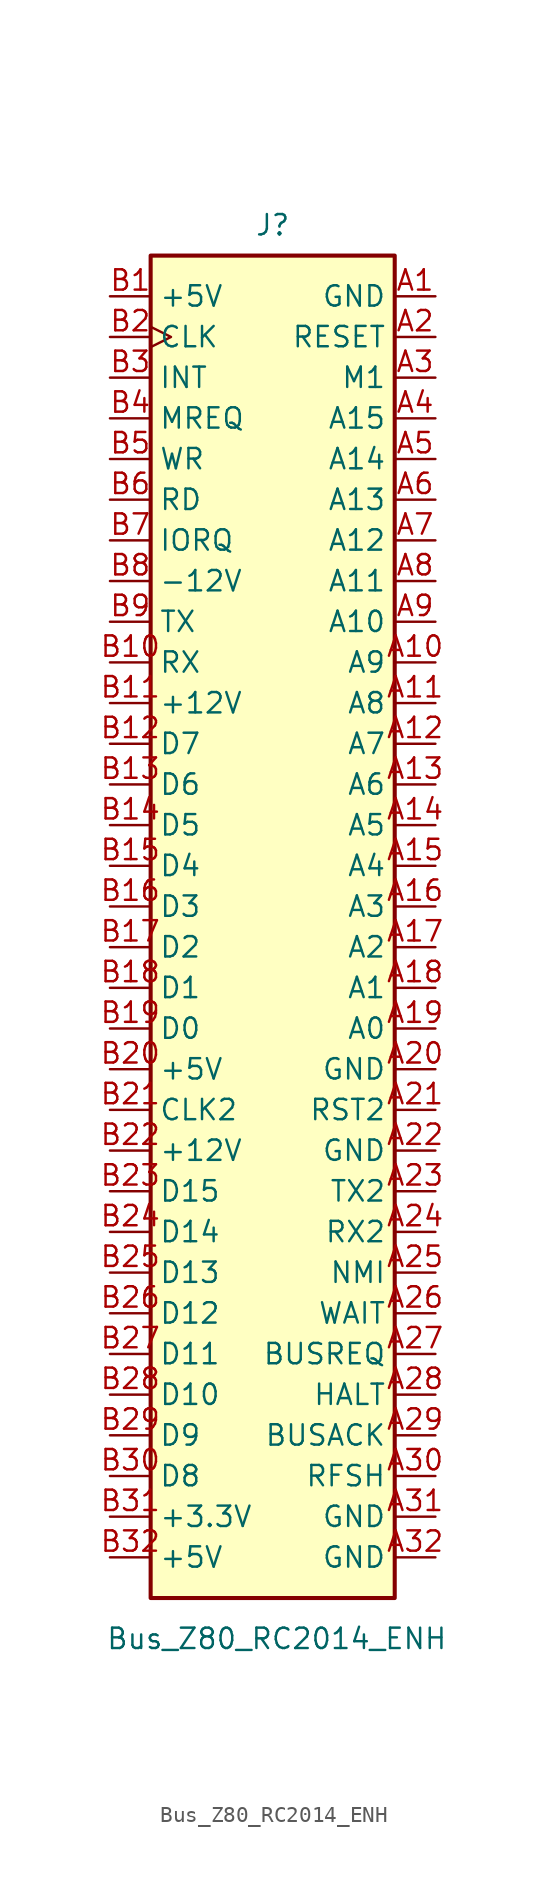
<source format=kicad_sym>
(kicad_symbol_lib
  (version 20241209)
  (generator "kicad_symbol_editor")
  (generator_version "9.0")
  (symbol "Bus_Z80_RC2014_ENH"
    (property "Reference" "J"
      (at 0 42.545 0)
      (effects (font (size 1.27 1.27))))
    (property "Value" "Bus_Z80_RC2014_ENH"
      (at 0.254 -45.72 0)
      (effects (font (size 1.27 1.27))))
    (symbol "Bus_Z80_RC2014_ENH_0_1"
      (rectangle (start -7.62 40.64) (end 7.62 -43.18) (stroke (width 0.254) (type default)) (fill (type background))))
    (symbol "Bus_Z80_RC2014_ENH_1_1"
      (pin power_in line (at -10.16 38.1 0) (length 2.54) (name "+5V" (effects (font (size 1.27 1.27)))) (number "B1" (effects (font (size 1.27 1.27)))))
      (pin passive clock (at -10.16 35.56 0) (length 2.54) (name "CLK" (effects (font (size 1.27 1.27)))) (number "B2" (effects (font (size 1.27 1.27)))))
      (pin passive line (at -10.16 33.02 0) (length 2.54) (name "INT" (effects (font (size 1.27 1.27)))) (number "B3" (effects (font (size 1.27 1.27)))))
      (pin passive line (at -10.16 30.48 0) (length 2.54) (name "MREQ" (effects (font (size 1.27 1.27)))) (number "B4" (effects (font (size 1.27 1.27)))))
      (pin passive line (at -10.16 27.94 0) (length 2.54) (name "WR" (effects (font (size 1.27 1.27)))) (number "B5" (effects (font (size 1.27 1.27)))))
      (pin passive line (at -10.16 25.4 0) (length 2.54) (name "RD" (effects (font (size 1.27 1.27)))) (number "B6" (effects (font (size 1.27 1.27)))))
      (pin passive line (at -10.16 22.86 0) (length 2.54) (name "IORQ" (effects (font (size 1.27 1.27)))) (number "B7" (effects (font (size 1.27 1.27)))))
      (pin power_in line (at -10.16 20.32 0) (length 2.54) (name "-12V" (effects (font (size 1.27 1.27)))) (number "B8" (effects (font (size 1.27 1.27)))))
      (pin tri_state line (at -10.16 17.78 0) (length 2.54) (name "TX" (effects (font (size 1.27 1.27)))) (number "B9" (effects (font (size 1.27 1.27)))))
      (pin tri_state line (at -10.16 15.24 0) (length 2.54) (name "RX" (effects (font (size 1.27 1.27)))) (number "B10" (effects (font (size 1.27 1.27)))))
      (pin power_in line (at -10.16 12.7 0) (length 2.54) (name "+12V" (effects (font (size 1.27 1.27)))) (number "B11" (effects (font (size 1.27 1.27)))))
      (pin tri_state line (at -10.16 10.16 0) (length 2.54) (name "D7" (effects (font (size 1.27 1.27)))) (number "B12" (effects (font (size 1.27 1.27)))))
      (pin tri_state line (at -10.16 7.62 0) (length 2.54) (name "D6" (effects (font (size 1.27 1.27)))) (number "B13" (effects (font (size 1.27 1.27)))))
      (pin tri_state line (at -10.16 5.08 0) (length 2.54) (name "D5" (effects (font (size 1.27 1.27)))) (number "B14" (effects (font (size 1.27 1.27)))))
      (pin tri_state line (at -10.16 2.54 0) (length 2.54) (name "D4" (effects (font (size 1.27 1.27)))) (number "B15" (effects (font (size 1.27 1.27)))))
      (pin tri_state line (at -10.16 0 0) (length 2.54) (name "D3" (effects (font (size 1.27 1.27)))) (number "B16" (effects (font (size 1.27 1.27)))))
      (pin tri_state line (at -10.16 -2.54 0) (length 2.54) (name "D2" (effects (font (size 1.27 1.27)))) (number "B17" (effects (font (size 1.27 1.27)))))
      (pin tri_state line (at -10.16 -5.08 0) (length 2.54) (name "D1" (effects (font (size 1.27 1.27)))) (number "B18" (effects (font (size 1.27 1.27)))))
      (pin tri_state line (at -10.16 -7.62 0) (length 2.54) (name "D0" (effects (font (size 1.27 1.27)))) (number "B19" (effects (font (size 1.27 1.27)))))
      (pin power_in line (at -10.16 -10.16 0) (length 2.54) (name "+5V" (effects (font (size 1.27 1.27)))) (number "B20" (effects (font (size 1.27 1.27)))))
      (pin passive line (at -10.16 -12.7 0) (length 2.54) (name "CLK2" (effects (font (size 1.27 1.27)))) (number "B21" (effects (font (size 1.27 1.27)))))
      (pin power_in line (at -10.16 -15.24 0) (length 2.54) (name "+12V" (effects (font (size 1.27 1.27)))) (number "B22" (effects (font (size 1.27 1.27)))))
      (pin tri_state line (at -10.16 -17.78 0) (length 2.54) (name "D15" (effects (font (size 1.27 1.27)))) (number "B23" (effects (font (size 1.27 1.27)))))
      (pin tri_state line (at -10.16 -20.32 0) (length 2.54) (name "D14" (effects (font (size 1.27 1.27)))) (number "B24" (effects (font (size 1.27 1.27)))))
      (pin tri_state line (at -10.16 -22.86 0) (length 2.54) (name "D13" (effects (font (size 1.27 1.27)))) (number "B25" (effects (font (size 1.27 1.27)))))
      (pin tri_state line (at -10.16 -25.4 0) (length 2.54) (name "D12" (effects (font (size 1.27 1.27)))) (number "B26" (effects (font (size 1.27 1.27)))))
      (pin tri_state line (at -10.16 -27.94 0) (length 2.54) (name "D11" (effects (font (size 1.27 1.27)))) (number "B27" (effects (font (size 1.27 1.27)))))
      (pin tri_state line (at -10.16 -30.48 0) (length 2.54) (name "D10" (effects (font (size 1.27 1.27)))) (number "B28" (effects (font (size 1.27 1.27)))))
      (pin tri_state line (at -10.16 -33.02 0) (length 2.54) (name "D9" (effects (font (size 1.27 1.27)))) (number "B29" (effects (font (size 1.27 1.27)))))
      (pin tri_state line (at -10.16 -35.56 0) (length 2.54) (name "D8" (effects (font (size 1.27 1.27)))) (number "B30" (effects (font (size 1.27 1.27)))))
      (pin power_in line (at -10.16 -38.1 0) (length 2.54) (name "+3.3V" (effects (font (size 1.27 1.27)))) (number "B31" (effects (font (size 1.27 1.27)))))
      (pin power_in line (at -10.16 -40.64 0) (length 2.54) (name "+5V" (effects (font (size 1.27 1.27)))) (number "B32" (effects (font (size 1.27 1.27)))))
      (pin power_in line (at 10.16 38.1 180) (length 2.54) (name "GND" (effects (font (size 1.27 1.27)))) (number "A1" (effects (font (size 1.27 1.27)))))
      (pin passive line (at 10.16 35.56 180) (length 2.54) (name "RESET" (effects (font (size 1.27 1.27)))) (number "A2" (effects (font (size 1.27 1.27)))))
      (pin passive line (at 10.16 33.02 180) (length 2.54) (name "M1" (effects (font (size 1.27 1.27)))) (number "A3" (effects (font (size 1.27 1.27)))))
      (pin tri_state line (at 10.16 30.48 180) (length 2.54) (name "A15" (effects (font (size 1.27 1.27)))) (number "A4" (effects (font (size 1.27 1.27)))))
      (pin tri_state line (at 10.16 27.94 180) (length 2.54) (name "A14" (effects (font (size 1.27 1.27)))) (number "A5" (effects (font (size 1.27 1.27)))))
      (pin tri_state line (at 10.16 25.4 180) (length 2.54) (name "A13" (effects (font (size 1.27 1.27)))) (number "A6" (effects (font (size 1.27 1.27)))))
      (pin tri_state line (at 10.16 22.86 180) (length 2.54) (name "A12" (effects (font (size 1.27 1.27)))) (number "A7" (effects (font (size 1.27 1.27)))))
      (pin tri_state line (at 10.16 20.32 180) (length 2.54) (name "A11" (effects (font (size 1.27 1.27)))) (number "A8" (effects (font (size 1.27 1.27)))))
      (pin tri_state line (at 10.16 17.78 180) (length 2.54) (name "A10" (effects (font (size 1.27 1.27)))) (number "A9" (effects (font (size 1.27 1.27)))))
      (pin tri_state line (at 10.16 15.24 180) (length 2.54) (name "A9" (effects (font (size 1.27 1.27)))) (number "A10" (effects (font (size 1.27 1.27)))))
      (pin tri_state line (at 10.16 12.7 180) (length 2.54) (name "A8" (effects (font (size 1.27 1.27)))) (number "A11" (effects (font (size 1.27 1.27)))))
      (pin tri_state line (at 10.16 10.16 180) (length 2.54) (name "A7" (effects (font (size 1.27 1.27)))) (number "A12" (effects (font (size 1.27 1.27)))))
      (pin tri_state line (at 10.16 7.62 180) (length 2.54) (name "A6" (effects (font (size 1.27 1.27)))) (number "A13" (effects (font (size 1.27 1.27)))))
      (pin tri_state line (at 10.16 5.08 180) (length 2.54) (name "A5" (effects (font (size 1.27 1.27)))) (number "A14" (effects (font (size 1.27 1.27)))))
      (pin tri_state line (at 10.16 2.54 180) (length 2.54) (name "A4" (effects (font (size 1.27 1.27)))) (number "A15" (effects (font (size 1.27 1.27)))))
      (pin tri_state line (at 10.16 0 180) (length 2.54) (name "A3" (effects (font (size 1.27 1.27)))) (number "A16" (effects (font (size 1.27 1.27)))))
      (pin tri_state line (at 10.16 -2.54 180) (length 2.54) (name "A2" (effects (font (size 1.27 1.27)))) (number "A17" (effects (font (size 1.27 1.27)))))
      (pin tri_state line (at 10.16 -5.08 180) (length 2.54) (name "A1" (effects (font (size 1.27 1.27)))) (number "A18" (effects (font (size 1.27 1.27)))))
      (pin tri_state line (at 10.16 -7.62 180) (length 2.54) (name "A0" (effects (font (size 1.27 1.27)))) (number "A19" (effects (font (size 1.27 1.27)))))
      (pin power_in line (at 10.16 -10.16 180) (length 2.54) (name "GND" (effects (font (size 1.27 1.27)))) (number "A20" (effects (font (size 1.27 1.27)))))
      (pin passive line (at 10.16 -12.7 180) (length 2.54) (name "RST2" (effects (font (size 1.27 1.27)))) (number "A21" (effects (font (size 1.27 1.27)))))
      (pin power_in line (at 10.16 -15.24 180) (length 2.54) (name "GND" (effects (font (size 1.27 1.27)))) (number "A22" (effects (font (size 1.27 1.27)))))
      (pin bidirectional line (at 10.16 -17.78 180) (length 2.54) (name "TX2" (effects (font (size 1.27 1.27)))) (number "A23" (effects (font (size 1.27 1.27)))))
      (pin bidirectional line (at 10.16 -20.32 180) (length 2.54) (name "RX2" (effects (font (size 1.27 1.27)))) (number "A24" (effects (font (size 1.27 1.27)))))
      (pin passive line (at 10.16 -22.86 180) (length 2.54) (name "NMI" (effects (font (size 1.27 1.27)))) (number "A25" (effects (font (size 1.27 1.27)))))
      (pin passive line (at 10.16 -25.4 180) (length 2.54) (name "WAIT" (effects (font (size 1.27 1.27)))) (number "A26" (effects (font (size 1.27 1.27)))))
      (pin passive line (at 10.16 -27.94 180) (length 2.54) (name "BUSREQ" (effects (font (size 1.27 1.27)))) (number "A27" (effects (font (size 1.27 1.27)))))
      (pin passive line (at 10.16 -30.48 180) (length 2.54) (name "HALT" (effects (font (size 1.27 1.27)))) (number "A28" (effects (font (size 1.27 1.27)))))
      (pin passive line (at 10.16 -33.02 180) (length 2.54) (name "BUSACK" (effects (font (size 1.27 1.27)))) (number "A29" (effects (font (size 1.27 1.27)))))
      (pin passive line (at 10.16 -35.56 180) (length 2.54) (name "RFSH" (effects (font (size 1.27 1.27)))) (number "A30" (effects (font (size 1.27 1.27)))))
      (pin power_in line (at 10.16 -38.1 180) (length 2.54) (name "GND" (effects (font (size 1.27 1.27)))) (number "A31" (effects (font (size 1.27 1.27)))))
      (pin power_in line (at 10.16 -40.64 180) (length 2.54) (name "GND" (effects (font (size 1.27 1.27)))) (number "A32" (effects (font (size 1.27 1.27))))))))
</source>
